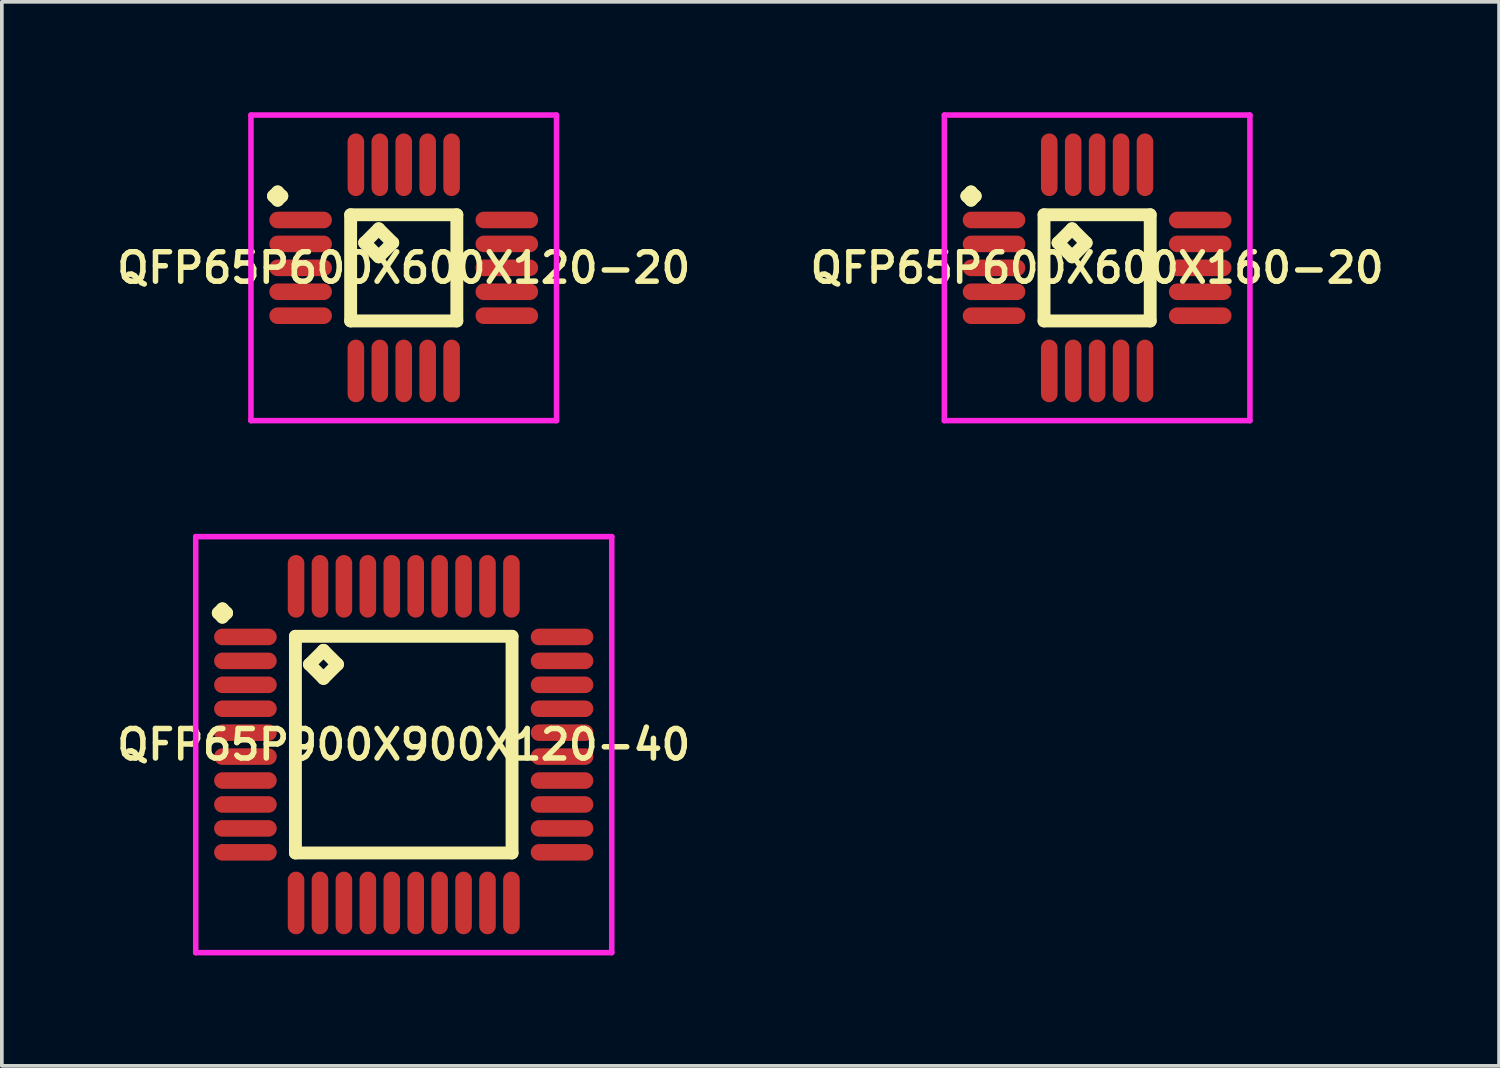
<source format=kicad_pcb>
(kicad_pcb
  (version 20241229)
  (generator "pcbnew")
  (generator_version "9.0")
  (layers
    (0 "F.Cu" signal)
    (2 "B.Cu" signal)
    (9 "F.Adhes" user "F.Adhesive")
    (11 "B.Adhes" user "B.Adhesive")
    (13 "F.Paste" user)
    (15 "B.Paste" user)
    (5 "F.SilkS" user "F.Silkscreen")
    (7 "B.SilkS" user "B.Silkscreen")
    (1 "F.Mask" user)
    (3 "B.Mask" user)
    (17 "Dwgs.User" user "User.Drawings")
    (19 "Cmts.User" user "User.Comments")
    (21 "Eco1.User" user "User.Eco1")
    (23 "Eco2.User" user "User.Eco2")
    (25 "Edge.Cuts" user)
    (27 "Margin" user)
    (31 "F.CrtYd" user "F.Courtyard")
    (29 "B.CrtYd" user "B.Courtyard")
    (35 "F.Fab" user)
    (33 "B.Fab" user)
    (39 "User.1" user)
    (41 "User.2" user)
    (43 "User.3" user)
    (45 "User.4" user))
  (footprint "QFP65P600X600X120-20"
    (layer "F.Cu")
    (at 7.916 4.225)
    (property "Reference" "QFP65P600X600X120-20" (at 0 0 0) (layer "F.SilkS") (effects (font (size 0.8 0.8) (thickness 0.15))))
    (attr smd)
    (fp_line (start -3.538 -1.95) (end -3.425 -2.062) (stroke (width 0.35) (type solid)) (layer "F.SilkS"))
    (fp_line (start -3.425 -2.062) (end -3.312 -1.95) (stroke (width 0.35) (type solid)) (layer "F.SilkS"))
    (fp_line (start -3.425 -1.837) (end -3.538 -1.95) (stroke (width 0.35) (type solid)) (layer "F.SilkS"))
    (fp_line (start -3.312 -1.95) (end -3.425 -1.837) (stroke (width 0.35) (type solid)) (layer "F.SilkS"))
    (fp_line (start -1.442 -1.442) (end -1.442 1.442) (stroke (width 0.35) (type solid)) (layer "F.SilkS"))
    (fp_line (start -1.442 1.442) (end 1.442 1.442) (stroke (width 0.35) (type solid)) (layer "F.SilkS"))
    (fp_line (start -1.061 -0.68) (end -0.68 -1.061) (stroke (width 0.35) (type solid)) (layer "F.SilkS"))
    (fp_line (start -0.68 -1.061) (end -0.299 -0.68) (stroke (width 0.35) (type solid)) (layer "F.SilkS"))
    (fp_line (start -0.68 -0.299) (end -1.061 -0.68) (stroke (width 0.35) (type solid)) (layer "F.SilkS"))
    (fp_line (start -0.299 -0.68) (end -0.68 -0.299) (stroke (width 0.35) (type solid)) (layer "F.SilkS"))
    (fp_line (start 1.442 -1.442) (end -1.442 -1.442) (stroke (width 0.35) (type solid)) (layer "F.SilkS"))
    (fp_line (start 1.442 1.442) (end 1.442 -1.442) (stroke (width 0.35) (type solid)) (layer "F.SilkS"))
    (fp_line (start -4.15 -4.15) (end 4.15 -4.15) (stroke (width 0.15) (type solid)) (layer "F.CrtYd"))
    (fp_line (start -4.15 4.15) (end -4.15 -4.15) (stroke (width 0.15) (type solid)) (layer "F.CrtYd"))
    (fp_line (start 4.15 -4.15) (end 4.15 4.15) (stroke (width 0.15) (type solid)) (layer "F.CrtYd"))
    (fp_line (start 4.15 4.15) (end -4.15 4.15) (stroke (width 0.15) (type solid)) (layer "F.CrtYd"))
    (pad "1" smd oval (at -2.8 -1.3) (size 1.7 0.45) (layers "F.Cu" "F.Mask" "F.Paste"))
    (pad "2" smd oval (at -2.8 -0.65) (size 1.7 0.45) (layers "F.Cu" "F.Mask" "F.Paste"))
    (pad "3" smd oval (at -2.8 0) (size 1.7 0.45) (layers "F.Cu" "F.Mask" "F.Paste"))
    (pad "4" smd oval (at -2.8 0.65) (size 1.7 0.45) (layers "F.Cu" "F.Mask" "F.Paste"))
    (pad "5" smd oval (at -2.8 1.3) (size 1.7 0.45) (layers "F.Cu" "F.Mask" "F.Paste"))
    (pad "6" smd oval (at -1.3 2.8) (size 0.45 1.7) (layers "F.Cu" "F.Mask" "F.Paste"))
    (pad "7" smd oval (at -0.65 2.8) (size 0.45 1.7) (layers "F.Cu" "F.Mask" "F.Paste"))
    (pad "8" smd oval (at 0 2.8) (size 0.45 1.7) (layers "F.Cu" "F.Mask" "F.Paste"))
    (pad "9" smd oval (at 0.65 2.8) (size 0.45 1.7) (layers "F.Cu" "F.Mask" "F.Paste"))
    (pad "10" smd oval (at 1.3 2.8) (size 0.45 1.7) (layers "F.Cu" "F.Mask" "F.Paste"))
    (pad "11" smd oval (at 2.8 1.3) (size 1.7 0.45) (layers "F.Cu" "F.Mask" "F.Paste"))
    (pad "12" smd oval (at 2.8 0.65) (size 1.7 0.45) (layers "F.Cu" "F.Mask" "F.Paste"))
    (pad "13" smd oval (at 2.8 0) (size 1.7 0.45) (layers "F.Cu" "F.Mask" "F.Paste"))
    (pad "14" smd oval (at 2.8 -0.65) (size 1.7 0.45) (layers "F.Cu" "F.Mask" "F.Paste"))
    (pad "15" smd oval (at 2.8 -1.3) (size 1.7 0.45) (layers "F.Cu" "F.Mask" "F.Paste"))
    (pad "16" smd oval (at 1.3 -2.8) (size 0.45 1.7) (layers "F.Cu" "F.Mask" "F.Paste"))
    (pad "17" smd oval (at 0.65 -2.8) (size 0.45 1.7) (layers "F.Cu" "F.Mask" "F.Paste"))
    (pad "18" smd oval (at 0 -2.8) (size 0.45 1.7) (layers "F.Cu" "F.Mask" "F.Paste"))
    (pad "19" smd oval (at -0.65 -2.8) (size 0.45 1.7) (layers "F.Cu" "F.Mask" "F.Paste"))
    (pad "20" smd oval (at -1.3 -2.8) (size 0.45 1.7) (layers "F.Cu" "F.Mask" "F.Paste")))
  (footprint "QFP65P600X600X160-20"
    (layer "F.Cu")
    (at 26.749 4.225)
    (property "Reference" "QFP65P600X600X160-20" (at 0 0 0) (layer "F.SilkS") (effects (font (size 0.8 0.8) (thickness 0.15))))
    (attr smd)
    (fp_line (start -3.538 -1.95) (end -3.425 -2.062) (stroke (width 0.35) (type solid)) (layer "F.SilkS"))
    (fp_line (start -3.425 -2.062) (end -3.312 -1.95) (stroke (width 0.35) (type solid)) (layer "F.SilkS"))
    (fp_line (start -3.425 -1.837) (end -3.538 -1.95) (stroke (width 0.35) (type solid)) (layer "F.SilkS"))
    (fp_line (start -3.312 -1.95) (end -3.425 -1.837) (stroke (width 0.35) (type solid)) (layer "F.SilkS"))
    (fp_line (start -1.442 -1.442) (end -1.442 1.442) (stroke (width 0.35) (type solid)) (layer "F.SilkS"))
    (fp_line (start -1.442 1.442) (end 1.442 1.442) (stroke (width 0.35) (type solid)) (layer "F.SilkS"))
    (fp_line (start -1.061 -0.68) (end -0.68 -1.061) (stroke (width 0.35) (type solid)) (layer "F.SilkS"))
    (fp_line (start -0.68 -1.061) (end -0.299 -0.68) (stroke (width 0.35) (type solid)) (layer "F.SilkS"))
    (fp_line (start -0.68 -0.299) (end -1.061 -0.68) (stroke (width 0.35) (type solid)) (layer "F.SilkS"))
    (fp_line (start -0.299 -0.68) (end -0.68 -0.299) (stroke (width 0.35) (type solid)) (layer "F.SilkS"))
    (fp_line (start 1.442 -1.442) (end -1.442 -1.442) (stroke (width 0.35) (type solid)) (layer "F.SilkS"))
    (fp_line (start 1.442 1.442) (end 1.442 -1.442) (stroke (width 0.35) (type solid)) (layer "F.SilkS"))
    (fp_line (start -4.15 -4.15) (end 4.15 -4.15) (stroke (width 0.15) (type solid)) (layer "F.CrtYd"))
    (fp_line (start -4.15 4.15) (end -4.15 -4.15) (stroke (width 0.15) (type solid)) (layer "F.CrtYd"))
    (fp_line (start 4.15 -4.15) (end 4.15 4.15) (stroke (width 0.15) (type solid)) (layer "F.CrtYd"))
    (fp_line (start 4.15 4.15) (end -4.15 4.15) (stroke (width 0.15) (type solid)) (layer "F.CrtYd"))
    (pad "1" smd oval (at -2.8 -1.3) (size 1.7 0.45) (layers "F.Cu" "F.Mask" "F.Paste"))
    (pad "2" smd oval (at -2.8 -0.65) (size 1.7 0.45) (layers "F.Cu" "F.Mask" "F.Paste"))
    (pad "3" smd oval (at -2.8 0) (size 1.7 0.45) (layers "F.Cu" "F.Mask" "F.Paste"))
    (pad "4" smd oval (at -2.8 0.65) (size 1.7 0.45) (layers "F.Cu" "F.Mask" "F.Paste"))
    (pad "5" smd oval (at -2.8 1.3) (size 1.7 0.45) (layers "F.Cu" "F.Mask" "F.Paste"))
    (pad "6" smd oval (at -1.3 2.8) (size 0.45 1.7) (layers "F.Cu" "F.Mask" "F.Paste"))
    (pad "7" smd oval (at -0.65 2.8) (size 0.45 1.7) (layers "F.Cu" "F.Mask" "F.Paste"))
    (pad "8" smd oval (at 0 2.8) (size 0.45 1.7) (layers "F.Cu" "F.Mask" "F.Paste"))
    (pad "9" smd oval (at 0.65 2.8) (size 0.45 1.7) (layers "F.Cu" "F.Mask" "F.Paste"))
    (pad "10" smd oval (at 1.3 2.8) (size 0.45 1.7) (layers "F.Cu" "F.Mask" "F.Paste"))
    (pad "11" smd oval (at 2.8 1.3) (size 1.7 0.45) (layers "F.Cu" "F.Mask" "F.Paste"))
    (pad "12" smd oval (at 2.8 0.65) (size 1.7 0.45) (layers "F.Cu" "F.Mask" "F.Paste"))
    (pad "13" smd oval (at 2.8 0) (size 1.7 0.45) (layers "F.Cu" "F.Mask" "F.Paste"))
    (pad "14" smd oval (at 2.8 -0.65) (size 1.7 0.45) (layers "F.Cu" "F.Mask" "F.Paste"))
    (pad "15" smd oval (at 2.8 -1.3) (size 1.7 0.45) (layers "F.Cu" "F.Mask" "F.Paste"))
    (pad "16" smd oval (at 1.3 -2.8) (size 0.45 1.7) (layers "F.Cu" "F.Mask" "F.Paste"))
    (pad "17" smd oval (at 0.65 -2.8) (size 0.45 1.7) (layers "F.Cu" "F.Mask" "F.Paste"))
    (pad "18" smd oval (at 0 -2.8) (size 0.45 1.7) (layers "F.Cu" "F.Mask" "F.Paste"))
    (pad "19" smd oval (at -0.65 -2.8) (size 0.45 1.7) (layers "F.Cu" "F.Mask" "F.Paste"))
    (pad "20" smd oval (at -1.3 -2.8) (size 0.45 1.7) (layers "F.Cu" "F.Mask" "F.Paste")))
  (footprint "QFP65P900X900X120-40"
    (layer "F.Cu")
    (at 7.916 17.175)
    (property "Reference" "QFP65P900X900X120-40" (at 0 0 0) (layer "F.SilkS") (effects (font (size 0.8 0.8) (thickness 0.15))))
    (attr smd)
    (fp_line (start -5.037 -3.575) (end -4.925 -3.688) (stroke (width 0.35) (type solid)) (layer "F.SilkS"))
    (fp_line (start -4.925 -3.688) (end -4.812 -3.575) (stroke (width 0.35) (type solid)) (layer "F.SilkS"))
    (fp_line (start -4.925 -3.462) (end -5.037 -3.575) (stroke (width 0.35) (type solid)) (layer "F.SilkS"))
    (fp_line (start -4.812 -3.575) (end -4.925 -3.462) (stroke (width 0.35) (type solid)) (layer "F.SilkS"))
    (fp_line (start -2.942 -2.942) (end -2.942 2.942) (stroke (width 0.35) (type solid)) (layer "F.SilkS"))
    (fp_line (start -2.942 2.942) (end 2.942 2.942) (stroke (width 0.35) (type solid)) (layer "F.SilkS"))
    (fp_line (start -2.561 -2.18) (end -2.18 -2.561) (stroke (width 0.35) (type solid)) (layer "F.SilkS"))
    (fp_line (start -2.18 -2.561) (end -1.799 -2.18) (stroke (width 0.35) (type solid)) (layer "F.SilkS"))
    (fp_line (start -2.18 -1.799) (end -2.561 -2.18) (stroke (width 0.35) (type solid)) (layer "F.SilkS"))
    (fp_line (start -1.799 -2.18) (end -2.18 -1.799) (stroke (width 0.35) (type solid)) (layer "F.SilkS"))
    (fp_line (start 2.942 -2.942) (end -2.942 -2.942) (stroke (width 0.35) (type solid)) (layer "F.SilkS"))
    (fp_line (start 2.942 2.942) (end 2.942 -2.942) (stroke (width 0.35) (type solid)) (layer "F.SilkS"))
    (fp_line (start -5.65 -5.65) (end 5.65 -5.65) (stroke (width 0.15) (type solid)) (layer "F.CrtYd"))
    (fp_line (start -5.65 5.65) (end -5.65 -5.65) (stroke (width 0.15) (type solid)) (layer "F.CrtYd"))
    (fp_line (start 5.65 -5.65) (end 5.65 5.65) (stroke (width 0.15) (type solid)) (layer "F.CrtYd"))
    (fp_line (start 5.65 5.65) (end -5.65 5.65) (stroke (width 0.15) (type solid)) (layer "F.CrtYd"))
    (pad "1" smd oval (at -4.3 -2.925) (size 1.7 0.45) (layers "F.Cu" "F.Mask" "F.Paste"))
    (pad "2" smd oval (at -4.3 -2.275) (size 1.7 0.45) (layers "F.Cu" "F.Mask" "F.Paste"))
    (pad "3" smd oval (at -4.3 -1.625) (size 1.7 0.45) (layers "F.Cu" "F.Mask" "F.Paste"))
    (pad "4" smd oval (at -4.3 -0.975) (size 1.7 0.45) (layers "F.Cu" "F.Mask" "F.Paste"))
    (pad "5" smd oval (at -4.3 -0.325) (size 1.7 0.45) (layers "F.Cu" "F.Mask" "F.Paste"))
    (pad "6" smd oval (at -4.3 0.325) (size 1.7 0.45) (layers "F.Cu" "F.Mask" "F.Paste"))
    (pad "7" smd oval (at -4.3 0.975) (size 1.7 0.45) (layers "F.Cu" "F.Mask" "F.Paste"))
    (pad "8" smd oval (at -4.3 1.625) (size 1.7 0.45) (layers "F.Cu" "F.Mask" "F.Paste"))
    (pad "9" smd oval (at -4.3 2.275) (size 1.7 0.45) (layers "F.Cu" "F.Mask" "F.Paste"))
    (pad "10" smd oval (at -4.3 2.925) (size 1.7 0.45) (layers "F.Cu" "F.Mask" "F.Paste"))
    (pad "11" smd oval (at -2.925 4.3) (size 0.45 1.7) (layers "F.Cu" "F.Mask" "F.Paste"))
    (pad "12" smd oval (at -2.275 4.3) (size 0.45 1.7) (layers "F.Cu" "F.Mask" "F.Paste"))
    (pad "13" smd oval (at -1.625 4.3) (size 0.45 1.7) (layers "F.Cu" "F.Mask" "F.Paste"))
    (pad "14" smd oval (at -0.975 4.3) (size 0.45 1.7) (layers "F.Cu" "F.Mask" "F.Paste"))
    (pad "15" smd oval (at -0.325 4.3) (size 0.45 1.7) (layers "F.Cu" "F.Mask" "F.Paste"))
    (pad "16" smd oval (at 0.325 4.3) (size 0.45 1.7) (layers "F.Cu" "F.Mask" "F.Paste"))
    (pad "17" smd oval (at 0.975 4.3) (size 0.45 1.7) (layers "F.Cu" "F.Mask" "F.Paste"))
    (pad "18" smd oval (at 1.625 4.3) (size 0.45 1.7) (layers "F.Cu" "F.Mask" "F.Paste"))
    (pad "19" smd oval (at 2.275 4.3) (size 0.45 1.7) (layers "F.Cu" "F.Mask" "F.Paste"))
    (pad "20" smd oval (at 2.925 4.3) (size 0.45 1.7) (layers "F.Cu" "F.Mask" "F.Paste"))
    (pad "21" smd oval (at 4.3 2.925) (size 1.7 0.45) (layers "F.Cu" "F.Mask" "F.Paste"))
    (pad "22" smd oval (at 4.3 2.275) (size 1.7 0.45) (layers "F.Cu" "F.Mask" "F.Paste"))
    (pad "23" smd oval (at 4.3 1.625) (size 1.7 0.45) (layers "F.Cu" "F.Mask" "F.Paste"))
    (pad "24" smd oval (at 4.3 0.975) (size 1.7 0.45) (layers "F.Cu" "F.Mask" "F.Paste"))
    (pad "25" smd oval (at 4.3 0.325) (size 1.7 0.45) (layers "F.Cu" "F.Mask" "F.Paste"))
    (pad "26" smd oval (at 4.3 -0.325) (size 1.7 0.45) (layers "F.Cu" "F.Mask" "F.Paste"))
    (pad "27" smd oval (at 4.3 -0.975) (size 1.7 0.45) (layers "F.Cu" "F.Mask" "F.Paste"))
    (pad "28" smd oval (at 4.3 -1.625) (size 1.7 0.45) (layers "F.Cu" "F.Mask" "F.Paste"))
    (pad "29" smd oval (at 4.3 -2.275) (size 1.7 0.45) (layers "F.Cu" "F.Mask" "F.Paste"))
    (pad "30" smd oval (at 4.3 -2.925) (size 1.7 0.45) (layers "F.Cu" "F.Mask" "F.Paste"))
    (pad "31" smd oval (at 2.925 -4.3) (size 0.45 1.7) (layers "F.Cu" "F.Mask" "F.Paste"))
    (pad "32" smd oval (at 2.275 -4.3) (size 0.45 1.7) (layers "F.Cu" "F.Mask" "F.Paste"))
    (pad "33" smd oval (at 1.625 -4.3) (size 0.45 1.7) (layers "F.Cu" "F.Mask" "F.Paste"))
    (pad "34" smd oval (at 0.975 -4.3) (size 0.45 1.7) (layers "F.Cu" "F.Mask" "F.Paste"))
    (pad "35" smd oval (at 0.325 -4.3) (size 0.45 1.7) (layers "F.Cu" "F.Mask" "F.Paste"))
    (pad "36" smd oval (at -0.325 -4.3) (size 0.45 1.7) (layers "F.Cu" "F.Mask" "F.Paste"))
    (pad "37" smd oval (at -0.975 -4.3) (size 0.45 1.7) (layers "F.Cu" "F.Mask" "F.Paste"))
    (pad "38" smd oval (at -1.625 -4.3) (size 0.45 1.7) (layers "F.Cu" "F.Mask" "F.Paste"))
    (pad "39" smd oval (at -2.275 -4.3) (size 0.45 1.7) (layers "F.Cu" "F.Mask" "F.Paste"))
    (pad "40" smd oval (at -2.925 -4.3) (size 0.45 1.7) (layers "F.Cu" "F.Mask" "F.Paste")))
  (gr_rect
    (start -3 -3)
    (end 37.666 25.9)
    (stroke (width 0.1) (type default))
    (fill no)
    (layer "Edge.Cuts")))
</source>
